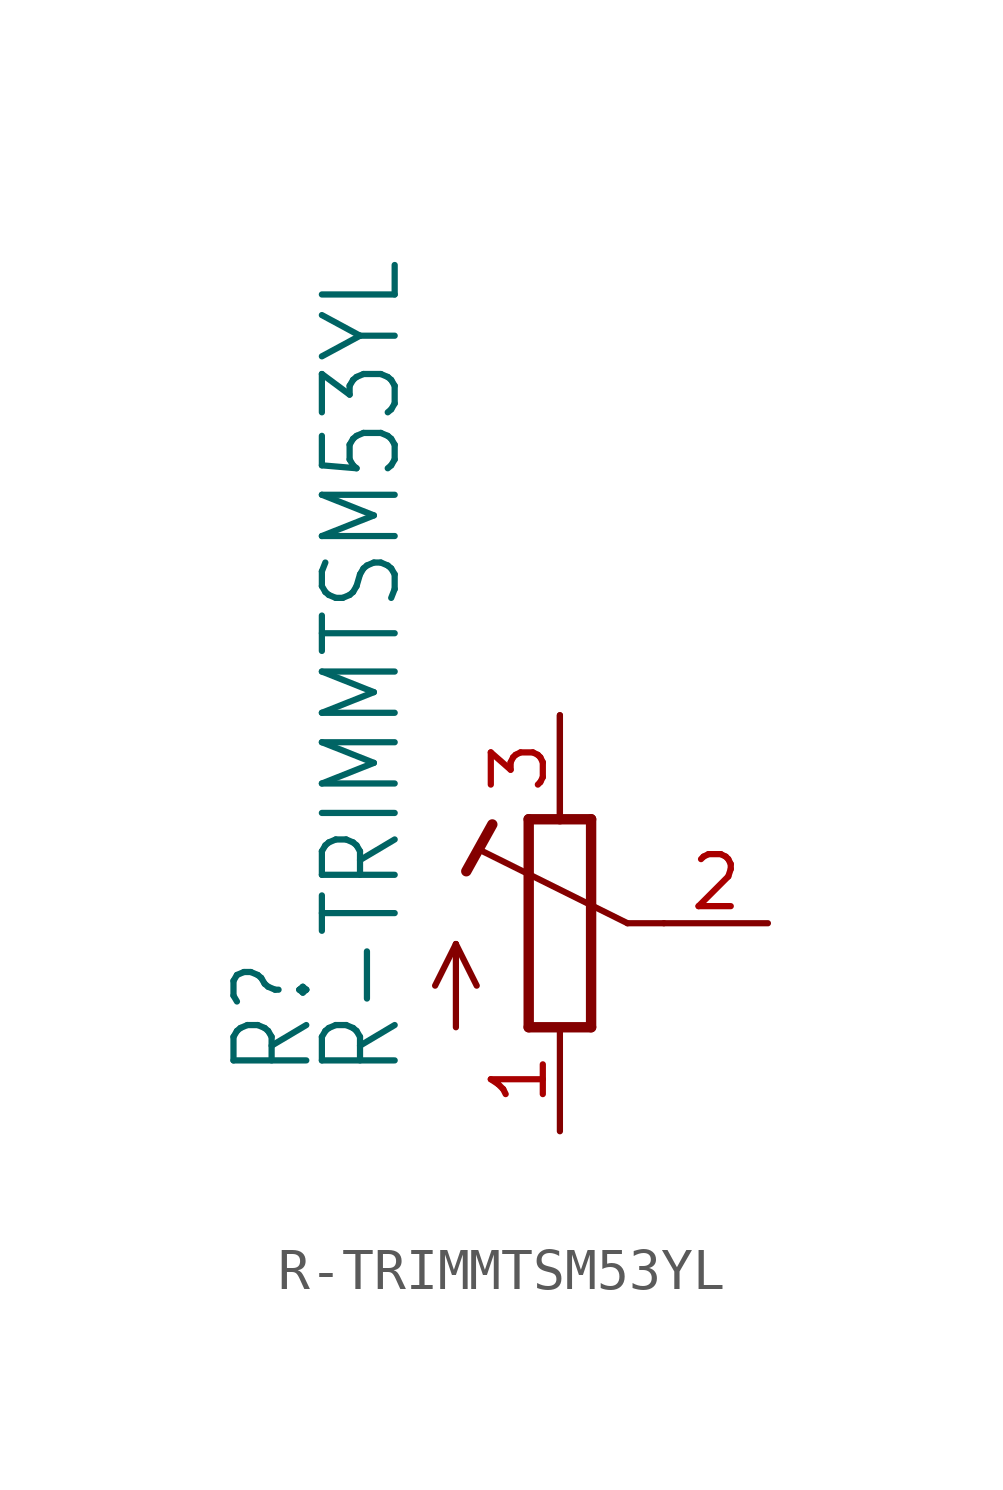
<source format=kicad_sym>
(kicad_symbol_lib
  (version 20220331)
  (generator kicad_symbol_editor)
  (symbol "R-TRIMMTSM53YL"
    (property "Reference" "R"
      (at -5.969 -3.81 90)
      (effects (font (size 1.778 1.511)) (justify left bottom)))
    (property "Value" "R-TRIMMTSM53YL"
      (at -3.81 -3.81 90)
      (effects (font (size 1.778 1.511)) (justify left bottom)))
    (property "ki_locked" ""
      (at 0 0 0)
      (effects (font (size 1.27 1.27))))
    (symbol "R-TRIMMTSM53YL_1_0"
      (polyline (pts (xy -2.54 -2.54) (xy -2.54 -0.508)) (stroke (width 0.152) (type solid)) (fill (type none)))
      (polyline (pts (xy -2.54 -0.508) (xy -3.048 -1.524)) (stroke (width 0.152) (type solid)) (fill (type none)))
      (polyline (pts (xy -2.54 -0.508) (xy -2.032 -1.524)) (stroke (width 0.152) (type solid)) (fill (type none)))
      (polyline (pts (xy -2.286 1.27) (xy -1.651 2.413)) (stroke (width 0.254) (type solid)) (fill (type none)))
      (polyline (pts (xy -0.762 -2.54) (xy 0.762 -2.54)) (stroke (width 0.254) (type solid)) (fill (type none)))
      (polyline (pts (xy -0.762 2.54) (xy -0.762 -2.54)) (stroke (width 0.254) (type solid)) (fill (type none)))
      (polyline (pts (xy 0 2.54) (xy -0.762 2.54)) (stroke (width 0.254) (type solid)) (fill (type none)))
      (polyline (pts (xy 0 2.54) (xy 0 5.08)) (stroke (width 0.152) (type solid)) (fill (type none)))
      (polyline (pts (xy 0.762 -2.54) (xy 0.762 2.54)) (stroke (width 0.254) (type solid)) (fill (type none)))
      (polyline (pts (xy 0.762 2.54) (xy 0 2.54)) (stroke (width 0.254) (type solid)) (fill (type none)))
      (polyline (pts (xy 1.651 0) (xy -1.88 1.753)) (stroke (width 0.152) (type solid)) (fill (type none)))
      (polyline (pts (xy 2.54 0) (xy 1.651 0)) (stroke (width 0.152) (type solid)) (fill (type none)))
      (pin passive line (at 0 -5.08 90) (length 2.54) (name "E" (effects (font (size 0 0)))) (number "1" (effects (font (size 1.27 1.27)))))
      (pin passive line (at 5.08 0 180) (length 2.54) (name "S" (effects (font (size 0 0)))) (number "2" (effects (font (size 1.27 1.27)))))
      (pin passive line (at 0 5.08 270) (length 2.54) (name "A" (effects (font (size 0 0)))) (number "3" (effects (font (size 1.27 1.27))))))))
</source>
